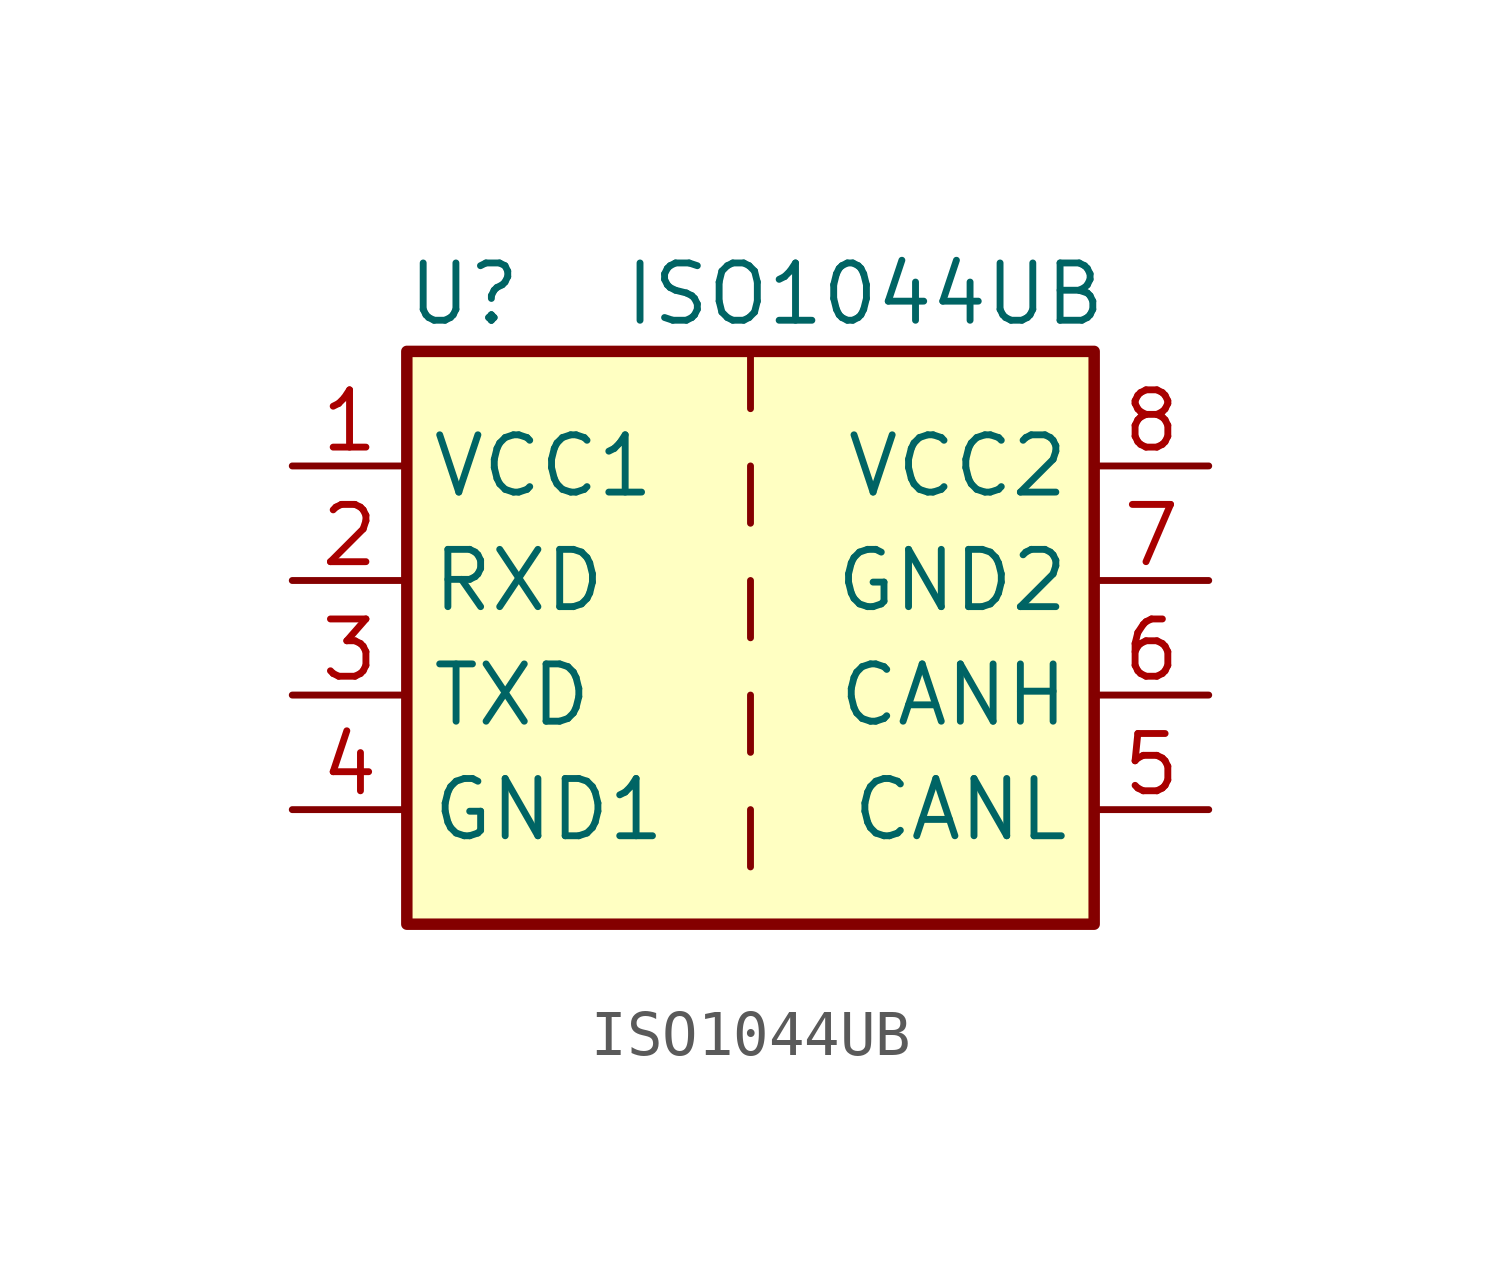
<source format=kicad_sym>
(kicad_symbol_lib
  (version 20211014)
  (generator kicad_symbol_editor)
  (symbol "ISO1044UB"
    (property "Reference" "U"
      (at -6.35 6.35 0)
      (effects (font (size 1.27 1.27))))
    (property "Value" "ISO1044UB"
      (at 2.54 6.35 0)
      (effects (font (size 1.27 1.27))))
    (symbol "ISO1044UB_0_1"
      (rectangle (start -7.62 5.08) (end 7.62 -7.62) (stroke (width 0.254) (type default) (color 0 0 0 0)) (fill (type background)))
      (polyline (pts (xy 0 -5.08) (xy 0 -6.35)) (stroke (width 0) (type default) (color 0 0 0 0)) (fill (type none)))
      (polyline (pts (xy 0 -2.54) (xy 0 -3.81)) (stroke (width 0) (type default) (color 0 0 0 0)) (fill (type none)))
      (polyline (pts (xy 0 0) (xy 0 -1.27)) (stroke (width 0) (type default) (color 0 0 0 0)) (fill (type none)))
      (polyline (pts (xy 0 2.54) (xy 0 1.27)) (stroke (width 0) (type default) (color 0 0 0 0)) (fill (type none)))
      (polyline (pts (xy 0 5.08) (xy 0 3.81)) (stroke (width 0) (type default) (color 0 0 0 0)) (fill (type none))))
    (symbol "ISO1044UB_1_1"
      (pin power_in line (at -10.16 2.54 0) (length 2.54) (name "VCC1" (effects (font (size 1.27 1.27)))) (number "1" (effects (font (size 1.27 1.27)))))
      (pin output line (at -10.16 0 0) (length 2.54) (name "RXD" (effects (font (size 1.27 1.27)))) (number "2" (effects (font (size 1.27 1.27)))))
      (pin input line (at -10.16 -2.54 0) (length 2.54) (name "TXD" (effects (font (size 1.27 1.27)))) (number "3" (effects (font (size 1.27 1.27)))))
      (pin power_in line (at -10.16 -5.08 0) (length 2.54) (name "GND1" (effects (font (size 1.27 1.27)))) (number "4" (effects (font (size 1.27 1.27)))))
      (pin bidirectional line (at 10.16 -5.08 180) (length 2.54) (name "CANL" (effects (font (size 1.27 1.27)))) (number "5" (effects (font (size 1.27 1.27)))))
      (pin bidirectional line (at 10.16 -2.54 180) (length 2.54) (name "CANH" (effects (font (size 1.27 1.27)))) (number "6" (effects (font (size 1.27 1.27)))))
      (pin power_in line (at 10.16 0 180) (length 2.54) (name "GND2" (effects (font (size 1.27 1.27)))) (number "7" (effects (font (size 1.27 1.27)))))
      (pin power_in line (at 10.16 2.54 180) (length 2.54) (name "VCC2" (effects (font (size 1.27 1.27)))) (number "8" (effects (font (size 1.27 1.27))))))))
</source>
